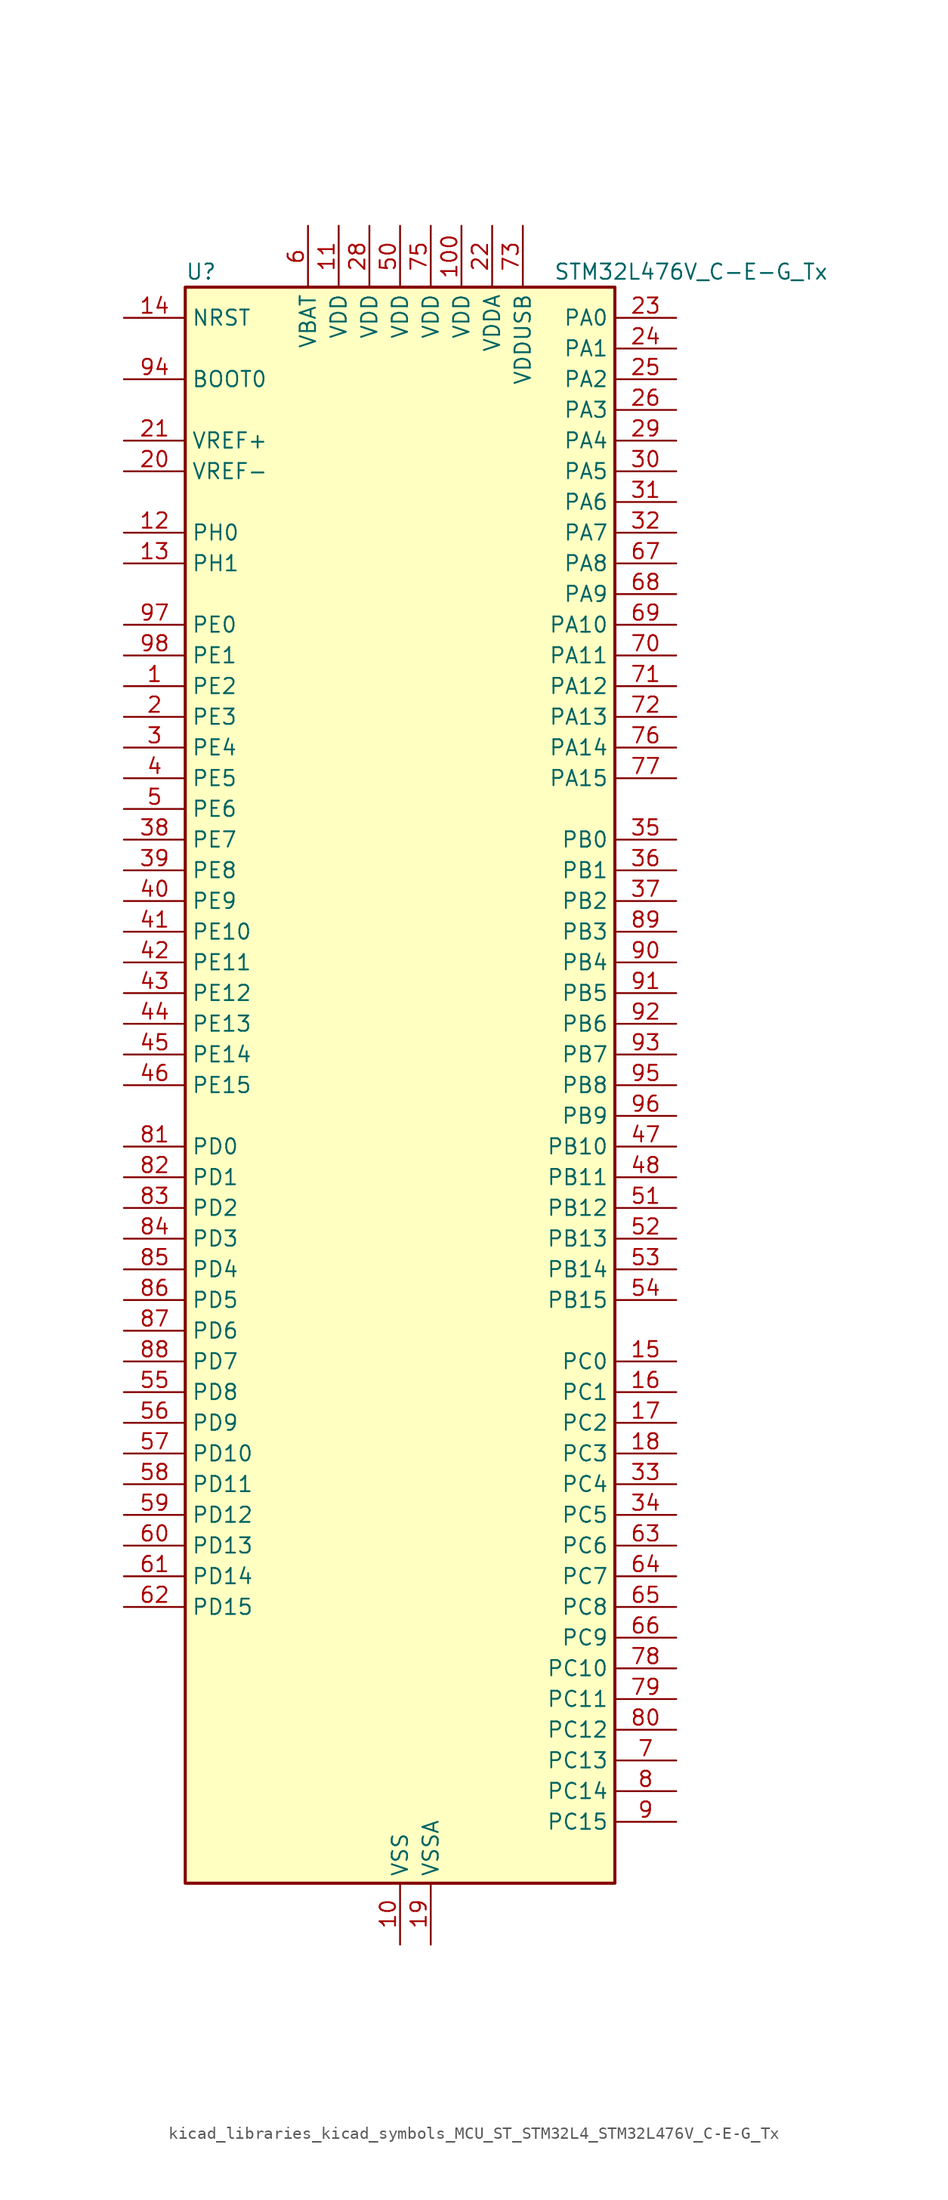
<source format=kicad_sym>
(kicad_symbol_lib
  (version 20220914)
  (generator kicad_symbol_editor)
  (symbol "kicad_libraries_kicad_symbols_MCU_ST_STM32L4_STM32L476V_C-E-G_Tx"
    (property "Reference" "U"
      (at -17.78 67.31 0)
      (effects (font (size 1.27 1.27)) (justify left)))
    (property "Value" "STM32L476V_C-E-G_Tx"
      (at 12.7 67.31 0)
      (effects (font (size 1.27 1.27)) (justify left)))
    (property "ki_locked" ""
      (at 0 0 0)
      (effects (font (size 1.27 1.27))))
    (symbol "kicad_libraries_kicad_symbols_MCU_ST_STM32L4_STM32L476V_C-E-G_Tx_0_1"
      (rectangle (start -17.78 -66.04) (end 17.78 66.04) (stroke (width 0.254) (type default)) (fill (type background))))
    (symbol "kicad_libraries_kicad_symbols_MCU_ST_STM32L4_STM32L476V_C-E-G_Tx_1_1"
      (pin bidirectional line (at -22.86 33.02 0) (length 5.08) (name "PE2" (effects (font (size 1.27 1.27)))) (number "1" (effects (font (size 1.27 1.27)))) (alternate "FMC_A23" bidirectional line) (alternate "LCD_SEG38" bidirectional line) (alternate "SAI1_MCLK_A" bidirectional line) (alternate "SYS_TRACECLK" bidirectional line) (alternate "TIM3_ETR" bidirectional line) (alternate "TSC_G7_IO1" bidirectional line))
      (pin power_in line (at 0 -71.12 90) (length 5.08) (name "VSS" (effects (font (size 1.27 1.27)))) (number "10" (effects (font (size 1.27 1.27)))))
      (pin power_in line (at 5.08 71.12 270) (length 5.08) (name "VDD" (effects (font (size 1.27 1.27)))) (number "100" (effects (font (size 1.27 1.27)))))
      (pin power_in line (at -5.08 71.12 270) (length 5.08) (name "VDD" (effects (font (size 1.27 1.27)))) (number "11" (effects (font (size 1.27 1.27)))))
      (pin bidirectional line (at -22.86 45.72 0) (length 5.08) (name "PH0" (effects (font (size 1.27 1.27)))) (number "12" (effects (font (size 1.27 1.27)))) (alternate "RCC_OSC_IN" bidirectional line))
      (pin bidirectional line (at -22.86 43.18 0) (length 5.08) (name "PH1" (effects (font (size 1.27 1.27)))) (number "13" (effects (font (size 1.27 1.27)))) (alternate "RCC_OSC_OUT" bidirectional line))
      (pin input line (at -22.86 63.5 0) (length 5.08) (name "NRST" (effects (font (size 1.27 1.27)))) (number "14" (effects (font (size 1.27 1.27)))))
      (pin bidirectional line (at 22.86 -22.86 180) (length 5.08) (name "PC0" (effects (font (size 1.27 1.27)))) (number "15" (effects (font (size 1.27 1.27)))) (alternate "ADC1_IN1" bidirectional line) (alternate "ADC2_IN1" bidirectional line) (alternate "ADC3_IN1" bidirectional line) (alternate "DFSDM1_DATIN4" bidirectional line) (alternate "I2C3_SCL" bidirectional line) (alternate "LCD_SEG18" bidirectional line) (alternate "LPTIM1_IN1" bidirectional line) (alternate "LPTIM2_IN1" bidirectional line) (alternate "LPUART1_RX" bidirectional line))
      (pin bidirectional line (at 22.86 -25.4 180) (length 5.08) (name "PC1" (effects (font (size 1.27 1.27)))) (number "16" (effects (font (size 1.27 1.27)))) (alternate "ADC1_IN2" bidirectional line) (alternate "ADC2_IN2" bidirectional line) (alternate "ADC3_IN2" bidirectional line) (alternate "DFSDM1_CKIN4" bidirectional line) (alternate "I2C3_SDA" bidirectional line) (alternate "LCD_SEG19" bidirectional line) (alternate "LPTIM1_OUT" bidirectional line) (alternate "LPUART1_TX" bidirectional line))
      (pin bidirectional line (at 22.86 -27.94 180) (length 5.08) (name "PC2" (effects (font (size 1.27 1.27)))) (number "17" (effects (font (size 1.27 1.27)))) (alternate "ADC1_IN3" bidirectional line) (alternate "ADC2_IN3" bidirectional line) (alternate "ADC3_IN3" bidirectional line) (alternate "DFSDM1_CKOUT" bidirectional line) (alternate "LCD_SEG20" bidirectional line) (alternate "LPTIM1_IN2" bidirectional line) (alternate "SPI2_MISO" bidirectional line))
      (pin bidirectional line (at 22.86 -30.48 180) (length 5.08) (name "PC3" (effects (font (size 1.27 1.27)))) (number "18" (effects (font (size 1.27 1.27)))) (alternate "ADC1_IN4" bidirectional line) (alternate "ADC2_IN4" bidirectional line) (alternate "ADC3_IN4" bidirectional line) (alternate "LCD_VLCD" bidirectional line) (alternate "LPTIM1_ETR" bidirectional line) (alternate "LPTIM2_ETR" bidirectional line) (alternate "SAI1_SD_A" bidirectional line) (alternate "SPI2_MOSI" bidirectional line))
      (pin power_in line (at 2.54 -71.12 90) (length 5.08) (name "VSSA" (effects (font (size 1.27 1.27)))) (number "19" (effects (font (size 1.27 1.27)))))
      (pin bidirectional line (at -22.86 30.48 0) (length 5.08) (name "PE3" (effects (font (size 1.27 1.27)))) (number "2" (effects (font (size 1.27 1.27)))) (alternate "FMC_A19" bidirectional line) (alternate "LCD_SEG39" bidirectional line) (alternate "SAI1_SD_B" bidirectional line) (alternate "SYS_TRACED0" bidirectional line) (alternate "TIM3_CH1" bidirectional line) (alternate "TSC_G7_IO2" bidirectional line))
      (pin input line (at -22.86 50.8 0) (length 5.08) (name "VREF-" (effects (font (size 1.27 1.27)))) (number "20" (effects (font (size 1.27 1.27)))))
      (pin input line (at -22.86 53.34 0) (length 5.08) (name "VREF+" (effects (font (size 1.27 1.27)))) (number "21" (effects (font (size 1.27 1.27)))) (alternate "VREFBUF_OUT" bidirectional line))
      (pin power_in line (at 7.62 71.12 270) (length 5.08) (name "VDDA" (effects (font (size 1.27 1.27)))) (number "22" (effects (font (size 1.27 1.27)))))
      (pin bidirectional line (at 22.86 63.5 180) (length 5.08) (name "PA0" (effects (font (size 1.27 1.27)))) (number "23" (effects (font (size 1.27 1.27)))) (alternate "ADC1_IN5" bidirectional line) (alternate "ADC2_IN5" bidirectional line) (alternate "OPAMP1_VINP" bidirectional line) (alternate "RTC_TAMP2" bidirectional line) (alternate "SAI1_EXTCLK" bidirectional line) (alternate "SYS_WKUP1" bidirectional line) (alternate "TIM2_CH1" bidirectional line) (alternate "TIM2_ETR" bidirectional line) (alternate "TIM5_CH1" bidirectional line) (alternate "TIM8_ETR" bidirectional line) (alternate "UART4_TX" bidirectional line) (alternate "USART2_CTS" bidirectional line))
      (pin bidirectional line (at 22.86 60.96 180) (length 5.08) (name "PA1" (effects (font (size 1.27 1.27)))) (number "24" (effects (font (size 1.27 1.27)))) (alternate "ADC1_IN6" bidirectional line) (alternate "ADC2_IN6" bidirectional line) (alternate "LCD_SEG0" bidirectional line) (alternate "OPAMP1_VINM" bidirectional line) (alternate "TIM15_CH1N" bidirectional line) (alternate "TIM2_CH2" bidirectional line) (alternate "TIM5_CH2" bidirectional line) (alternate "UART4_RX" bidirectional line) (alternate "USART2_DE" bidirectional line) (alternate "USART2_RTS" bidirectional line))
      (pin bidirectional line (at 22.86 58.42 180) (length 5.08) (name "PA2" (effects (font (size 1.27 1.27)))) (number "25" (effects (font (size 1.27 1.27)))) (alternate "ADC1_IN7" bidirectional line) (alternate "ADC2_IN7" bidirectional line) (alternate "LCD_SEG1" bidirectional line) (alternate "RCC_LSCO" bidirectional line) (alternate "SAI2_EXTCLK" bidirectional line) (alternate "SYS_WKUP4" bidirectional line) (alternate "TIM15_CH1" bidirectional line) (alternate "TIM2_CH3" bidirectional line) (alternate "TIM5_CH3" bidirectional line) (alternate "USART2_TX" bidirectional line))
      (pin bidirectional line (at 22.86 55.88 180) (length 5.08) (name "PA3" (effects (font (size 1.27 1.27)))) (number "26" (effects (font (size 1.27 1.27)))) (alternate "ADC1_IN8" bidirectional line) (alternate "ADC2_IN8" bidirectional line) (alternate "LCD_SEG2" bidirectional line) (alternate "OPAMP1_VOUT" bidirectional line) (alternate "TIM15_CH2" bidirectional line) (alternate "TIM2_CH4" bidirectional line) (alternate "TIM5_CH4" bidirectional line) (alternate "USART2_RX" bidirectional line))
      (pin passive line (at 0 -71.12 90) (length 5.08) hide (name "VSS" (effects (font (size 1.27 1.27)))) (number "27" (effects (font (size 1.27 1.27)))))
      (pin power_in line (at -2.54 71.12 270) (length 5.08) (name "VDD" (effects (font (size 1.27 1.27)))) (number "28" (effects (font (size 1.27 1.27)))))
      (pin bidirectional line (at 22.86 53.34 180) (length 5.08) (name "PA4" (effects (font (size 1.27 1.27)))) (number "29" (effects (font (size 1.27 1.27)))) (alternate "ADC1_IN9" bidirectional line) (alternate "ADC2_IN9" bidirectional line) (alternate "DAC1_OUT1" bidirectional line) (alternate "LPTIM2_OUT" bidirectional line) (alternate "SAI1_FS_B" bidirectional line) (alternate "SPI1_NSS" bidirectional line) (alternate "SPI3_NSS" bidirectional line) (alternate "USART2_CK" bidirectional line))
      (pin bidirectional line (at -22.86 27.94 0) (length 5.08) (name "PE4" (effects (font (size 1.27 1.27)))) (number "3" (effects (font (size 1.27 1.27)))) (alternate "DFSDM1_DATIN3" bidirectional line) (alternate "FMC_A20" bidirectional line) (alternate "SAI1_FS_A" bidirectional line) (alternate "SYS_TRACED1" bidirectional line) (alternate "TIM3_CH2" bidirectional line) (alternate "TSC_G7_IO3" bidirectional line))
      (pin bidirectional line (at 22.86 50.8 180) (length 5.08) (name "PA5" (effects (font (size 1.27 1.27)))) (number "30" (effects (font (size 1.27 1.27)))) (alternate "ADC1_IN10" bidirectional line) (alternate "ADC2_IN10" bidirectional line) (alternate "DAC1_OUT2" bidirectional line) (alternate "LPTIM2_ETR" bidirectional line) (alternate "SPI1_SCK" bidirectional line) (alternate "TIM2_CH1" bidirectional line) (alternate "TIM2_ETR" bidirectional line) (alternate "TIM8_CH1N" bidirectional line))
      (pin bidirectional line (at 22.86 48.26 180) (length 5.08) (name "PA6" (effects (font (size 1.27 1.27)))) (number "31" (effects (font (size 1.27 1.27)))) (alternate "ADC1_IN11" bidirectional line) (alternate "ADC2_IN11" bidirectional line) (alternate "LCD_SEG3" bidirectional line) (alternate "OPAMP2_VINP" bidirectional line) (alternate "QUADSPI_BK1_IO3" bidirectional line) (alternate "SPI1_MISO" bidirectional line) (alternate "TIM16_CH1" bidirectional line) (alternate "TIM1_BKIN" bidirectional line) (alternate "TIM1_BKIN_COMP2" bidirectional line) (alternate "TIM3_CH1" bidirectional line) (alternate "TIM8_BKIN" bidirectional line) (alternate "TIM8_BKIN_COMP2" bidirectional line) (alternate "USART3_CTS" bidirectional line))
      (pin bidirectional line (at 22.86 45.72 180) (length 5.08) (name "PA7" (effects (font (size 1.27 1.27)))) (number "32" (effects (font (size 1.27 1.27)))) (alternate "ADC1_IN12" bidirectional line) (alternate "ADC2_IN12" bidirectional line) (alternate "LCD_SEG4" bidirectional line) (alternate "OPAMP2_VINM" bidirectional line) (alternate "QUADSPI_BK1_IO2" bidirectional line) (alternate "SPI1_MOSI" bidirectional line) (alternate "TIM17_CH1" bidirectional line) (alternate "TIM1_CH1N" bidirectional line) (alternate "TIM3_CH2" bidirectional line) (alternate "TIM8_CH1N" bidirectional line))
      (pin bidirectional line (at 22.86 -33.02 180) (length 5.08) (name "PC4" (effects (font (size 1.27 1.27)))) (number "33" (effects (font (size 1.27 1.27)))) (alternate "ADC1_IN13" bidirectional line) (alternate "ADC2_IN13" bidirectional line) (alternate "COMP1_INM" bidirectional line) (alternate "LCD_SEG22" bidirectional line) (alternate "USART3_TX" bidirectional line))
      (pin bidirectional line (at 22.86 -35.56 180) (length 5.08) (name "PC5" (effects (font (size 1.27 1.27)))) (number "34" (effects (font (size 1.27 1.27)))) (alternate "ADC1_IN14" bidirectional line) (alternate "ADC2_IN14" bidirectional line) (alternate "COMP1_INP" bidirectional line) (alternate "LCD_SEG23" bidirectional line) (alternate "SYS_WKUP5" bidirectional line) (alternate "USART3_RX" bidirectional line))
      (pin bidirectional line (at 22.86 20.32 180) (length 5.08) (name "PB0" (effects (font (size 1.27 1.27)))) (number "35" (effects (font (size 1.27 1.27)))) (alternate "ADC1_IN15" bidirectional line) (alternate "ADC2_IN15" bidirectional line) (alternate "COMP1_OUT" bidirectional line) (alternate "LCD_SEG5" bidirectional line) (alternate "OPAMP2_VOUT" bidirectional line) (alternate "QUADSPI_BK1_IO1" bidirectional line) (alternate "TIM1_CH2N" bidirectional line) (alternate "TIM3_CH3" bidirectional line) (alternate "TIM8_CH2N" bidirectional line) (alternate "USART3_CK" bidirectional line))
      (pin bidirectional line (at 22.86 17.78 180) (length 5.08) (name "PB1" (effects (font (size 1.27 1.27)))) (number "36" (effects (font (size 1.27 1.27)))) (alternate "ADC1_IN16" bidirectional line) (alternate "ADC2_IN16" bidirectional line) (alternate "COMP1_INM" bidirectional line) (alternate "DFSDM1_DATIN0" bidirectional line) (alternate "LCD_SEG6" bidirectional line) (alternate "LPTIM2_IN1" bidirectional line) (alternate "QUADSPI_BK1_IO0" bidirectional line) (alternate "TIM1_CH3N" bidirectional line) (alternate "TIM3_CH4" bidirectional line) (alternate "TIM8_CH3N" bidirectional line) (alternate "USART3_DE" bidirectional line) (alternate "USART3_RTS" bidirectional line))
      (pin bidirectional line (at 22.86 15.24 180) (length 5.08) (name "PB2" (effects (font (size 1.27 1.27)))) (number "37" (effects (font (size 1.27 1.27)))) (alternate "COMP1_INP" bidirectional line) (alternate "DFSDM1_CKIN0" bidirectional line) (alternate "I2C3_SMBA" bidirectional line) (alternate "LPTIM1_OUT" bidirectional line) (alternate "RTC_OUT_ALARM" bidirectional line) (alternate "RTC_OUT_CALIB" bidirectional line))
      (pin bidirectional line (at -22.86 20.32 0) (length 5.08) (name "PE7" (effects (font (size 1.27 1.27)))) (number "38" (effects (font (size 1.27 1.27)))) (alternate "DFSDM1_DATIN2" bidirectional line) (alternate "FMC_D4" bidirectional line) (alternate "FMC_DA4" bidirectional line) (alternate "SAI1_SD_B" bidirectional line) (alternate "TIM1_ETR" bidirectional line))
      (pin bidirectional line (at -22.86 17.78 0) (length 5.08) (name "PE8" (effects (font (size 1.27 1.27)))) (number "39" (effects (font (size 1.27 1.27)))) (alternate "DFSDM1_CKIN2" bidirectional line) (alternate "FMC_D5" bidirectional line) (alternate "FMC_DA5" bidirectional line) (alternate "SAI1_SCK_B" bidirectional line) (alternate "TIM1_CH1N" bidirectional line))
      (pin bidirectional line (at -22.86 25.4 0) (length 5.08) (name "PE5" (effects (font (size 1.27 1.27)))) (number "4" (effects (font (size 1.27 1.27)))) (alternate "DFSDM1_CKIN3" bidirectional line) (alternate "FMC_A21" bidirectional line) (alternate "SAI1_SCK_A" bidirectional line) (alternate "SYS_TRACED2" bidirectional line) (alternate "TIM3_CH3" bidirectional line) (alternate "TSC_G7_IO4" bidirectional line))
      (pin bidirectional line (at -22.86 15.24 0) (length 5.08) (name "PE9" (effects (font (size 1.27 1.27)))) (number "40" (effects (font (size 1.27 1.27)))) (alternate "DAC1_EXTI9" bidirectional line) (alternate "DFSDM1_CKOUT" bidirectional line) (alternate "FMC_D6" bidirectional line) (alternate "FMC_DA6" bidirectional line) (alternate "SAI1_FS_B" bidirectional line) (alternate "TIM1_CH1" bidirectional line))
      (pin bidirectional line (at -22.86 12.7 0) (length 5.08) (name "PE10" (effects (font (size 1.27 1.27)))) (number "41" (effects (font (size 1.27 1.27)))) (alternate "DFSDM1_DATIN4" bidirectional line) (alternate "FMC_D7" bidirectional line) (alternate "FMC_DA7" bidirectional line) (alternate "QUADSPI_CLK" bidirectional line) (alternate "SAI1_MCLK_B" bidirectional line) (alternate "TIM1_CH2N" bidirectional line) (alternate "TSC_G5_IO1" bidirectional line))
      (pin bidirectional line (at -22.86 10.16 0) (length 5.08) (name "PE11" (effects (font (size 1.27 1.27)))) (number "42" (effects (font (size 1.27 1.27)))) (alternate "ADC1_EXTI11" bidirectional line) (alternate "ADC2_EXTI11" bidirectional line) (alternate "ADC3_EXTI11" bidirectional line) (alternate "DFSDM1_CKIN4" bidirectional line) (alternate "FMC_D8" bidirectional line) (alternate "FMC_DA8" bidirectional line) (alternate "QUADSPI_NCS" bidirectional line) (alternate "TIM1_CH2" bidirectional line) (alternate "TSC_G5_IO2" bidirectional line))
      (pin bidirectional line (at -22.86 7.62 0) (length 5.08) (name "PE12" (effects (font (size 1.27 1.27)))) (number "43" (effects (font (size 1.27 1.27)))) (alternate "DFSDM1_DATIN5" bidirectional line) (alternate "FMC_D9" bidirectional line) (alternate "FMC_DA9" bidirectional line) (alternate "QUADSPI_BK1_IO0" bidirectional line) (alternate "SPI1_NSS" bidirectional line) (alternate "TIM1_CH3N" bidirectional line) (alternate "TSC_G5_IO3" bidirectional line))
      (pin bidirectional line (at -22.86 5.08 0) (length 5.08) (name "PE13" (effects (font (size 1.27 1.27)))) (number "44" (effects (font (size 1.27 1.27)))) (alternate "DFSDM1_CKIN5" bidirectional line) (alternate "FMC_D10" bidirectional line) (alternate "FMC_DA10" bidirectional line) (alternate "QUADSPI_BK1_IO1" bidirectional line) (alternate "SPI1_SCK" bidirectional line) (alternate "TIM1_CH3" bidirectional line) (alternate "TSC_G5_IO4" bidirectional line))
      (pin bidirectional line (at -22.86 2.54 0) (length 5.08) (name "PE14" (effects (font (size 1.27 1.27)))) (number "45" (effects (font (size 1.27 1.27)))) (alternate "FMC_D11" bidirectional line) (alternate "FMC_DA11" bidirectional line) (alternate "QUADSPI_BK1_IO2" bidirectional line) (alternate "SPI1_MISO" bidirectional line) (alternate "TIM1_BKIN2" bidirectional line) (alternate "TIM1_BKIN2_COMP2" bidirectional line) (alternate "TIM1_CH4" bidirectional line))
      (pin bidirectional line (at -22.86 0 0) (length 5.08) (name "PE15" (effects (font (size 1.27 1.27)))) (number "46" (effects (font (size 1.27 1.27)))) (alternate "ADC1_EXTI15" bidirectional line) (alternate "ADC2_EXTI15" bidirectional line) (alternate "ADC3_EXTI15" bidirectional line) (alternate "FMC_D12" bidirectional line) (alternate "FMC_DA12" bidirectional line) (alternate "QUADSPI_BK1_IO3" bidirectional line) (alternate "SPI1_MOSI" bidirectional line) (alternate "TIM1_BKIN" bidirectional line) (alternate "TIM1_BKIN_COMP1" bidirectional line))
      (pin bidirectional line (at 22.86 -5.08 180) (length 5.08) (name "PB10" (effects (font (size 1.27 1.27)))) (number "47" (effects (font (size 1.27 1.27)))) (alternate "COMP1_OUT" bidirectional line) (alternate "DFSDM1_DATIN7" bidirectional line) (alternate "I2C2_SCL" bidirectional line) (alternate "LCD_SEG10" bidirectional line) (alternate "LPUART1_RX" bidirectional line) (alternate "QUADSPI_CLK" bidirectional line) (alternate "SAI1_SCK_A" bidirectional line) (alternate "SPI2_SCK" bidirectional line) (alternate "TIM2_CH3" bidirectional line) (alternate "USART3_TX" bidirectional line))
      (pin bidirectional line (at 22.86 -7.62 180) (length 5.08) (name "PB11" (effects (font (size 1.27 1.27)))) (number "48" (effects (font (size 1.27 1.27)))) (alternate "ADC1_EXTI11" bidirectional line) (alternate "ADC2_EXTI11" bidirectional line) (alternate "ADC3_EXTI11" bidirectional line) (alternate "COMP2_OUT" bidirectional line) (alternate "DFSDM1_CKIN7" bidirectional line) (alternate "I2C2_SDA" bidirectional line) (alternate "LCD_SEG11" bidirectional line) (alternate "LPUART1_TX" bidirectional line) (alternate "QUADSPI_NCS" bidirectional line) (alternate "TIM2_CH4" bidirectional line) (alternate "USART3_RX" bidirectional line))
      (pin passive line (at 0 -71.12 90) (length 5.08) hide (name "VSS" (effects (font (size 1.27 1.27)))) (number "49" (effects (font (size 1.27 1.27)))))
      (pin bidirectional line (at -22.86 22.86 0) (length 5.08) (name "PE6" (effects (font (size 1.27 1.27)))) (number "5" (effects (font (size 1.27 1.27)))) (alternate "FMC_A22" bidirectional line) (alternate "RTC_TAMP3" bidirectional line) (alternate "SAI1_SD_A" bidirectional line) (alternate "SYS_TRACED3" bidirectional line) (alternate "SYS_WKUP3" bidirectional line) (alternate "TIM3_CH4" bidirectional line))
      (pin power_in line (at 0 71.12 270) (length 5.08) (name "VDD" (effects (font (size 1.27 1.27)))) (number "50" (effects (font (size 1.27 1.27)))))
      (pin bidirectional line (at 22.86 -10.16 180) (length 5.08) (name "PB12" (effects (font (size 1.27 1.27)))) (number "51" (effects (font (size 1.27 1.27)))) (alternate "DFSDM1_DATIN1" bidirectional line) (alternate "I2C2_SMBA" bidirectional line) (alternate "LCD_SEG12" bidirectional line) (alternate "LPUART1_DE" bidirectional line) (alternate "LPUART1_RTS" bidirectional line) (alternate "SAI2_FS_A" bidirectional line) (alternate "SPI2_NSS" bidirectional line) (alternate "SWPMI1_IO" bidirectional line) (alternate "TIM15_BKIN" bidirectional line) (alternate "TIM1_BKIN" bidirectional line) (alternate "TIM1_BKIN_COMP2" bidirectional line) (alternate "TSC_G1_IO1" bidirectional line) (alternate "USART3_CK" bidirectional line))
      (pin bidirectional line (at 22.86 -12.7 180) (length 5.08) (name "PB13" (effects (font (size 1.27 1.27)))) (number "52" (effects (font (size 1.27 1.27)))) (alternate "DFSDM1_CKIN1" bidirectional line) (alternate "I2C2_SCL" bidirectional line) (alternate "LCD_SEG13" bidirectional line) (alternate "LPUART1_CTS" bidirectional line) (alternate "SAI2_SCK_A" bidirectional line) (alternate "SPI2_SCK" bidirectional line) (alternate "SWPMI1_TX" bidirectional line) (alternate "TIM15_CH1N" bidirectional line) (alternate "TIM1_CH1N" bidirectional line) (alternate "TSC_G1_IO2" bidirectional line) (alternate "USART3_CTS" bidirectional line))
      (pin bidirectional line (at 22.86 -15.24 180) (length 5.08) (name "PB14" (effects (font (size 1.27 1.27)))) (number "53" (effects (font (size 1.27 1.27)))) (alternate "DFSDM1_DATIN2" bidirectional line) (alternate "I2C2_SDA" bidirectional line) (alternate "LCD_SEG14" bidirectional line) (alternate "SAI2_MCLK_A" bidirectional line) (alternate "SPI2_MISO" bidirectional line) (alternate "SWPMI1_RX" bidirectional line) (alternate "TIM15_CH1" bidirectional line) (alternate "TIM1_CH2N" bidirectional line) (alternate "TIM8_CH2N" bidirectional line) (alternate "TSC_G1_IO3" bidirectional line) (alternate "USART3_DE" bidirectional line) (alternate "USART3_RTS" bidirectional line))
      (pin bidirectional line (at 22.86 -17.78 180) (length 5.08) (name "PB15" (effects (font (size 1.27 1.27)))) (number "54" (effects (font (size 1.27 1.27)))) (alternate "ADC1_EXTI15" bidirectional line) (alternate "ADC2_EXTI15" bidirectional line) (alternate "ADC3_EXTI15" bidirectional line) (alternate "DFSDM1_CKIN2" bidirectional line) (alternate "LCD_SEG15" bidirectional line) (alternate "RTC_REFIN" bidirectional line) (alternate "SAI2_SD_A" bidirectional line) (alternate "SPI2_MOSI" bidirectional line) (alternate "SWPMI1_SUSPEND" bidirectional line) (alternate "TIM15_CH2" bidirectional line) (alternate "TIM1_CH3N" bidirectional line) (alternate "TIM8_CH3N" bidirectional line) (alternate "TSC_G1_IO4" bidirectional line))
      (pin bidirectional line (at -22.86 -25.4 0) (length 5.08) (name "PD8" (effects (font (size 1.27 1.27)))) (number "55" (effects (font (size 1.27 1.27)))) (alternate "FMC_D13" bidirectional line) (alternate "FMC_DA13" bidirectional line) (alternate "LCD_SEG28" bidirectional line) (alternate "USART3_TX" bidirectional line))
      (pin bidirectional line (at -22.86 -27.94 0) (length 5.08) (name "PD9" (effects (font (size 1.27 1.27)))) (number "56" (effects (font (size 1.27 1.27)))) (alternate "DAC1_EXTI9" bidirectional line) (alternate "FMC_D14" bidirectional line) (alternate "FMC_DA14" bidirectional line) (alternate "LCD_SEG29" bidirectional line) (alternate "SAI2_MCLK_A" bidirectional line) (alternate "USART3_RX" bidirectional line))
      (pin bidirectional line (at -22.86 -30.48 0) (length 5.08) (name "PD10" (effects (font (size 1.27 1.27)))) (number "57" (effects (font (size 1.27 1.27)))) (alternate "FMC_D15" bidirectional line) (alternate "FMC_DA15" bidirectional line) (alternate "LCD_SEG30" bidirectional line) (alternate "SAI2_SCK_A" bidirectional line) (alternate "TSC_G6_IO1" bidirectional line) (alternate "USART3_CK" bidirectional line))
      (pin bidirectional line (at -22.86 -33.02 0) (length 5.08) (name "PD11" (effects (font (size 1.27 1.27)))) (number "58" (effects (font (size 1.27 1.27)))) (alternate "ADC1_EXTI11" bidirectional line) (alternate "ADC2_EXTI11" bidirectional line) (alternate "ADC3_EXTI11" bidirectional line) (alternate "FMC_A16" bidirectional line) (alternate "FMC_CLE" bidirectional line) (alternate "LCD_SEG31" bidirectional line) (alternate "LPTIM2_ETR" bidirectional line) (alternate "SAI2_SD_A" bidirectional line) (alternate "TSC_G6_IO2" bidirectional line) (alternate "USART3_CTS" bidirectional line))
      (pin bidirectional line (at -22.86 -35.56 0) (length 5.08) (name "PD12" (effects (font (size 1.27 1.27)))) (number "59" (effects (font (size 1.27 1.27)))) (alternate "FMC_A17" bidirectional line) (alternate "FMC_ALE" bidirectional line) (alternate "LCD_SEG32" bidirectional line) (alternate "LPTIM2_IN1" bidirectional line) (alternate "SAI2_FS_A" bidirectional line) (alternate "TIM4_CH1" bidirectional line) (alternate "TSC_G6_IO3" bidirectional line) (alternate "USART3_DE" bidirectional line) (alternate "USART3_RTS" bidirectional line))
      (pin power_in line (at -7.62 71.12 270) (length 5.08) (name "VBAT" (effects (font (size 1.27 1.27)))) (number "6" (effects (font (size 1.27 1.27)))))
      (pin bidirectional line (at -22.86 -38.1 0) (length 5.08) (name "PD13" (effects (font (size 1.27 1.27)))) (number "60" (effects (font (size 1.27 1.27)))) (alternate "FMC_A18" bidirectional line) (alternate "LCD_SEG33" bidirectional line) (alternate "LPTIM2_OUT" bidirectional line) (alternate "TIM4_CH2" bidirectional line) (alternate "TSC_G6_IO4" bidirectional line))
      (pin bidirectional line (at -22.86 -40.64 0) (length 5.08) (name "PD14" (effects (font (size 1.27 1.27)))) (number "61" (effects (font (size 1.27 1.27)))) (alternate "FMC_D0" bidirectional line) (alternate "FMC_DA0" bidirectional line) (alternate "LCD_SEG34" bidirectional line) (alternate "TIM4_CH3" bidirectional line))
      (pin bidirectional line (at -22.86 -43.18 0) (length 5.08) (name "PD15" (effects (font (size 1.27 1.27)))) (number "62" (effects (font (size 1.27 1.27)))) (alternate "ADC1_EXTI15" bidirectional line) (alternate "ADC2_EXTI15" bidirectional line) (alternate "ADC3_EXTI15" bidirectional line) (alternate "FMC_D1" bidirectional line) (alternate "FMC_DA1" bidirectional line) (alternate "LCD_SEG35" bidirectional line) (alternate "TIM4_CH4" bidirectional line))
      (pin bidirectional line (at 22.86 -38.1 180) (length 5.08) (name "PC6" (effects (font (size 1.27 1.27)))) (number "63" (effects (font (size 1.27 1.27)))) (alternate "DFSDM1_CKIN3" bidirectional line) (alternate "LCD_SEG24" bidirectional line) (alternate "SAI2_MCLK_A" bidirectional line) (alternate "SDMMC1_D6" bidirectional line) (alternate "TIM3_CH1" bidirectional line) (alternate "TIM8_CH1" bidirectional line) (alternate "TSC_G4_IO1" bidirectional line))
      (pin bidirectional line (at 22.86 -40.64 180) (length 5.08) (name "PC7" (effects (font (size 1.27 1.27)))) (number "64" (effects (font (size 1.27 1.27)))) (alternate "DFSDM1_DATIN3" bidirectional line) (alternate "LCD_SEG25" bidirectional line) (alternate "SAI2_MCLK_B" bidirectional line) (alternate "SDMMC1_D7" bidirectional line) (alternate "TIM3_CH2" bidirectional line) (alternate "TIM8_CH2" bidirectional line) (alternate "TSC_G4_IO2" bidirectional line))
      (pin bidirectional line (at 22.86 -43.18 180) (length 5.08) (name "PC8" (effects (font (size 1.27 1.27)))) (number "65" (effects (font (size 1.27 1.27)))) (alternate "LCD_SEG26" bidirectional line) (alternate "SDMMC1_D0" bidirectional line) (alternate "TIM3_CH3" bidirectional line) (alternate "TIM8_CH3" bidirectional line) (alternate "TSC_G4_IO3" bidirectional line))
      (pin bidirectional line (at 22.86 -45.72 180) (length 5.08) (name "PC9" (effects (font (size 1.27 1.27)))) (number "66" (effects (font (size 1.27 1.27)))) (alternate "DAC1_EXTI9" bidirectional line) (alternate "LCD_SEG27" bidirectional line) (alternate "SAI2_EXTCLK" bidirectional line) (alternate "SDMMC1_D1" bidirectional line) (alternate "TIM3_CH4" bidirectional line) (alternate "TIM8_BKIN2" bidirectional line) (alternate "TIM8_BKIN2_COMP1" bidirectional line) (alternate "TIM8_CH4" bidirectional line) (alternate "TSC_G4_IO4" bidirectional line) (alternate "USB_OTG_FS_NOE" bidirectional line))
      (pin bidirectional line (at 22.86 43.18 180) (length 5.08) (name "PA8" (effects (font (size 1.27 1.27)))) (number "67" (effects (font (size 1.27 1.27)))) (alternate "LCD_COM0" bidirectional line) (alternate "LPTIM2_OUT" bidirectional line) (alternate "RCC_MCO" bidirectional line) (alternate "TIM1_CH1" bidirectional line) (alternate "USART1_CK" bidirectional line) (alternate "USB_OTG_FS_SOF" bidirectional line))
      (pin bidirectional line (at 22.86 40.64 180) (length 5.08) (name "PA9" (effects (font (size 1.27 1.27)))) (number "68" (effects (font (size 1.27 1.27)))) (alternate "DAC1_EXTI9" bidirectional line) (alternate "LCD_COM1" bidirectional line) (alternate "TIM15_BKIN" bidirectional line) (alternate "TIM1_CH2" bidirectional line) (alternate "USART1_TX" bidirectional line) (alternate "USB_OTG_FS_VBUS" bidirectional line))
      (pin bidirectional line (at 22.86 38.1 180) (length 5.08) (name "PA10" (effects (font (size 1.27 1.27)))) (number "69" (effects (font (size 1.27 1.27)))) (alternate "LCD_COM2" bidirectional line) (alternate "TIM17_BKIN" bidirectional line) (alternate "TIM1_CH3" bidirectional line) (alternate "USART1_RX" bidirectional line) (alternate "USB_OTG_FS_ID" bidirectional line))
      (pin bidirectional line (at 22.86 -55.88 180) (length 5.08) (name "PC13" (effects (font (size 1.27 1.27)))) (number "7" (effects (font (size 1.27 1.27)))) (alternate "RTC_OUT_ALARM" bidirectional line) (alternate "RTC_OUT_CALIB" bidirectional line) (alternate "RTC_TAMP1" bidirectional line) (alternate "RTC_TS" bidirectional line) (alternate "SYS_WKUP2" bidirectional line))
      (pin bidirectional line (at 22.86 35.56 180) (length 5.08) (name "PA11" (effects (font (size 1.27 1.27)))) (number "70" (effects (font (size 1.27 1.27)))) (alternate "ADC1_EXTI11" bidirectional line) (alternate "ADC2_EXTI11" bidirectional line) (alternate "ADC3_EXTI11" bidirectional line) (alternate "CAN1_RX" bidirectional line) (alternate "TIM1_BKIN2" bidirectional line) (alternate "TIM1_BKIN2_COMP1" bidirectional line) (alternate "TIM1_CH4" bidirectional line) (alternate "USART1_CTS" bidirectional line) (alternate "USB_OTG_FS_DM" bidirectional line))
      (pin bidirectional line (at 22.86 33.02 180) (length 5.08) (name "PA12" (effects (font (size 1.27 1.27)))) (number "71" (effects (font (size 1.27 1.27)))) (alternate "CAN1_TX" bidirectional line) (alternate "TIM1_ETR" bidirectional line) (alternate "USART1_DE" bidirectional line) (alternate "USART1_RTS" bidirectional line) (alternate "USB_OTG_FS_DP" bidirectional line))
      (pin bidirectional line (at 22.86 30.48 180) (length 5.08) (name "PA13" (effects (font (size 1.27 1.27)))) (number "72" (effects (font (size 1.27 1.27)))) (alternate "IR_OUT" bidirectional line) (alternate "SYS_JTMS-SWDIO" bidirectional line) (alternate "USB_OTG_FS_NOE" bidirectional line))
      (pin power_in line (at 10.16 71.12 270) (length 5.08) (name "VDDUSB" (effects (font (size 1.27 1.27)))) (number "73" (effects (font (size 1.27 1.27)))))
      (pin passive line (at 0 -71.12 90) (length 5.08) hide (name "VSS" (effects (font (size 1.27 1.27)))) (number "74" (effects (font (size 1.27 1.27)))))
      (pin power_in line (at 2.54 71.12 270) (length 5.08) (name "VDD" (effects (font (size 1.27 1.27)))) (number "75" (effects (font (size 1.27 1.27)))))
      (pin bidirectional line (at 22.86 27.94 180) (length 5.08) (name "PA14" (effects (font (size 1.27 1.27)))) (number "76" (effects (font (size 1.27 1.27)))) (alternate "SYS_JTCK-SWCLK" bidirectional line))
      (pin bidirectional line (at 22.86 25.4 180) (length 5.08) (name "PA15" (effects (font (size 1.27 1.27)))) (number "77" (effects (font (size 1.27 1.27)))) (alternate "ADC1_EXTI15" bidirectional line) (alternate "ADC2_EXTI15" bidirectional line) (alternate "ADC3_EXTI15" bidirectional line) (alternate "LCD_SEG17" bidirectional line) (alternate "SAI2_FS_B" bidirectional line) (alternate "SPI1_NSS" bidirectional line) (alternate "SPI3_NSS" bidirectional line) (alternate "SYS_JTDI" bidirectional line) (alternate "TIM2_CH1" bidirectional line) (alternate "TIM2_ETR" bidirectional line) (alternate "TSC_G3_IO1" bidirectional line) (alternate "UART4_DE" bidirectional line) (alternate "UART4_RTS" bidirectional line))
      (pin bidirectional line (at 22.86 -48.26 180) (length 5.08) (name "PC10" (effects (font (size 1.27 1.27)))) (number "78" (effects (font (size 1.27 1.27)))) (alternate "LCD_COM4" bidirectional line) (alternate "LCD_SEG28" bidirectional line) (alternate "LCD_SEG40" bidirectional line) (alternate "SAI2_SCK_B" bidirectional line) (alternate "SDMMC1_D2" bidirectional line) (alternate "SPI3_SCK" bidirectional line) (alternate "TSC_G3_IO2" bidirectional line) (alternate "UART4_TX" bidirectional line) (alternate "USART3_TX" bidirectional line))
      (pin bidirectional line (at 22.86 -50.8 180) (length 5.08) (name "PC11" (effects (font (size 1.27 1.27)))) (number "79" (effects (font (size 1.27 1.27)))) (alternate "ADC1_EXTI11" bidirectional line) (alternate "ADC2_EXTI11" bidirectional line) (alternate "ADC3_EXTI11" bidirectional line) (alternate "LCD_COM5" bidirectional line) (alternate "LCD_SEG29" bidirectional line) (alternate "LCD_SEG41" bidirectional line) (alternate "SAI2_MCLK_B" bidirectional line) (alternate "SDMMC1_D3" bidirectional line) (alternate "SPI3_MISO" bidirectional line) (alternate "TSC_G3_IO3" bidirectional line) (alternate "UART4_RX" bidirectional line) (alternate "USART3_RX" bidirectional line))
      (pin bidirectional line (at 22.86 -58.42 180) (length 5.08) (name "PC14" (effects (font (size 1.27 1.27)))) (number "8" (effects (font (size 1.27 1.27)))) (alternate "RCC_OSC32_IN" bidirectional line))
      (pin bidirectional line (at 22.86 -53.34 180) (length 5.08) (name "PC12" (effects (font (size 1.27 1.27)))) (number "80" (effects (font (size 1.27 1.27)))) (alternate "LCD_COM6" bidirectional line) (alternate "LCD_SEG30" bidirectional line) (alternate "LCD_SEG42" bidirectional line) (alternate "SAI2_SD_B" bidirectional line) (alternate "SDMMC1_CK" bidirectional line) (alternate "SPI3_MOSI" bidirectional line) (alternate "TSC_G3_IO4" bidirectional line) (alternate "UART5_TX" bidirectional line) (alternate "USART3_CK" bidirectional line))
      (pin bidirectional line (at -22.86 -5.08 0) (length 5.08) (name "PD0" (effects (font (size 1.27 1.27)))) (number "81" (effects (font (size 1.27 1.27)))) (alternate "CAN1_RX" bidirectional line) (alternate "DFSDM1_DATIN7" bidirectional line) (alternate "FMC_D2" bidirectional line) (alternate "FMC_DA2" bidirectional line) (alternate "SPI2_NSS" bidirectional line))
      (pin bidirectional line (at -22.86 -7.62 0) (length 5.08) (name "PD1" (effects (font (size 1.27 1.27)))) (number "82" (effects (font (size 1.27 1.27)))) (alternate "CAN1_TX" bidirectional line) (alternate "DFSDM1_CKIN7" bidirectional line) (alternate "FMC_D3" bidirectional line) (alternate "FMC_DA3" bidirectional line) (alternate "SPI2_SCK" bidirectional line))
      (pin bidirectional line (at -22.86 -10.16 0) (length 5.08) (name "PD2" (effects (font (size 1.27 1.27)))) (number "83" (effects (font (size 1.27 1.27)))) (alternate "LCD_COM7" bidirectional line) (alternate "LCD_SEG31" bidirectional line) (alternate "LCD_SEG43" bidirectional line) (alternate "SDMMC1_CMD" bidirectional line) (alternate "TIM3_ETR" bidirectional line) (alternate "TSC_SYNC" bidirectional line) (alternate "UART5_RX" bidirectional line) (alternate "USART3_DE" bidirectional line) (alternate "USART3_RTS" bidirectional line))
      (pin bidirectional line (at -22.86 -12.7 0) (length 5.08) (name "PD3" (effects (font (size 1.27 1.27)))) (number "84" (effects (font (size 1.27 1.27)))) (alternate "DFSDM1_DATIN0" bidirectional line) (alternate "FMC_CLK" bidirectional line) (alternate "SPI2_MISO" bidirectional line) (alternate "USART2_CTS" bidirectional line))
      (pin bidirectional line (at -22.86 -15.24 0) (length 5.08) (name "PD4" (effects (font (size 1.27 1.27)))) (number "85" (effects (font (size 1.27 1.27)))) (alternate "DFSDM1_CKIN0" bidirectional line) (alternate "FMC_NOE" bidirectional line) (alternate "SPI2_MOSI" bidirectional line) (alternate "USART2_DE" bidirectional line) (alternate "USART2_RTS" bidirectional line))
      (pin bidirectional line (at -22.86 -17.78 0) (length 5.08) (name "PD5" (effects (font (size 1.27 1.27)))) (number "86" (effects (font (size 1.27 1.27)))) (alternate "FMC_NWE" bidirectional line) (alternate "USART2_TX" bidirectional line))
      (pin bidirectional line (at -22.86 -20.32 0) (length 5.08) (name "PD6" (effects (font (size 1.27 1.27)))) (number "87" (effects (font (size 1.27 1.27)))) (alternate "DFSDM1_DATIN1" bidirectional line) (alternate "FMC_NWAIT" bidirectional line) (alternate "SAI1_SD_A" bidirectional line) (alternate "USART2_RX" bidirectional line))
      (pin bidirectional line (at -22.86 -22.86 0) (length 5.08) (name "PD7" (effects (font (size 1.27 1.27)))) (number "88" (effects (font (size 1.27 1.27)))) (alternate "DFSDM1_CKIN1" bidirectional line) (alternate "FMC_NE1" bidirectional line) (alternate "USART2_CK" bidirectional line))
      (pin bidirectional line (at 22.86 12.7 180) (length 5.08) (name "PB3" (effects (font (size 1.27 1.27)))) (number "89" (effects (font (size 1.27 1.27)))) (alternate "COMP2_INM" bidirectional line) (alternate "LCD_SEG7" bidirectional line) (alternate "SAI1_SCK_B" bidirectional line) (alternate "SPI1_SCK" bidirectional line) (alternate "SPI3_SCK" bidirectional line) (alternate "SYS_JTDO-SWO" bidirectional line) (alternate "TIM2_CH2" bidirectional line) (alternate "USART1_DE" bidirectional line) (alternate "USART1_RTS" bidirectional line))
      (pin bidirectional line (at 22.86 -60.96 180) (length 5.08) (name "PC15" (effects (font (size 1.27 1.27)))) (number "9" (effects (font (size 1.27 1.27)))) (alternate "ADC1_EXTI15" bidirectional line) (alternate "ADC2_EXTI15" bidirectional line) (alternate "ADC3_EXTI15" bidirectional line) (alternate "RCC_OSC32_OUT" bidirectional line))
      (pin bidirectional line (at 22.86 10.16 180) (length 5.08) (name "PB4" (effects (font (size 1.27 1.27)))) (number "90" (effects (font (size 1.27 1.27)))) (alternate "COMP2_INP" bidirectional line) (alternate "LCD_SEG8" bidirectional line) (alternate "SAI1_MCLK_B" bidirectional line) (alternate "SPI1_MISO" bidirectional line) (alternate "SPI3_MISO" bidirectional line) (alternate "SYS_JTRST" bidirectional line) (alternate "TIM17_BKIN" bidirectional line) (alternate "TIM3_CH1" bidirectional line) (alternate "TSC_G2_IO1" bidirectional line) (alternate "UART5_DE" bidirectional line) (alternate "UART5_RTS" bidirectional line) (alternate "USART1_CTS" bidirectional line))
      (pin bidirectional line (at 22.86 7.62 180) (length 5.08) (name "PB5" (effects (font (size 1.27 1.27)))) (number "91" (effects (font (size 1.27 1.27)))) (alternate "COMP2_OUT" bidirectional line) (alternate "I2C1_SMBA" bidirectional line) (alternate "LCD_SEG9" bidirectional line) (alternate "LPTIM1_IN1" bidirectional line) (alternate "SAI1_SD_B" bidirectional line) (alternate "SPI1_MOSI" bidirectional line) (alternate "SPI3_MOSI" bidirectional line) (alternate "TIM16_BKIN" bidirectional line) (alternate "TIM3_CH2" bidirectional line) (alternate "TSC_G2_IO2" bidirectional line) (alternate "UART5_CTS" bidirectional line) (alternate "USART1_CK" bidirectional line))
      (pin bidirectional line (at 22.86 5.08 180) (length 5.08) (name "PB6" (effects (font (size 1.27 1.27)))) (number "92" (effects (font (size 1.27 1.27)))) (alternate "COMP2_INP" bidirectional line) (alternate "DFSDM1_DATIN5" bidirectional line) (alternate "I2C1_SCL" bidirectional line) (alternate "LPTIM1_ETR" bidirectional line) (alternate "SAI1_FS_B" bidirectional line) (alternate "TIM16_CH1N" bidirectional line) (alternate "TIM4_CH1" bidirectional line) (alternate "TIM8_BKIN2" bidirectional line) (alternate "TIM8_BKIN2_COMP2" bidirectional line) (alternate "TSC_G2_IO3" bidirectional line) (alternate "USART1_TX" bidirectional line))
      (pin bidirectional line (at 22.86 2.54 180) (length 5.08) (name "PB7" (effects (font (size 1.27 1.27)))) (number "93" (effects (font (size 1.27 1.27)))) (alternate "COMP2_INM" bidirectional line) (alternate "DFSDM1_CKIN5" bidirectional line) (alternate "FMC_NL" bidirectional line) (alternate "I2C1_SDA" bidirectional line) (alternate "LCD_SEG21" bidirectional line) (alternate "LPTIM1_IN2" bidirectional line) (alternate "SYS_PVD_IN" bidirectional line) (alternate "TIM17_CH1N" bidirectional line) (alternate "TIM4_CH2" bidirectional line) (alternate "TIM8_BKIN" bidirectional line) (alternate "TIM8_BKIN_COMP1" bidirectional line) (alternate "TSC_G2_IO4" bidirectional line) (alternate "UART4_CTS" bidirectional line) (alternate "USART1_RX" bidirectional line))
      (pin input line (at -22.86 58.42 0) (length 5.08) (name "BOOT0" (effects (font (size 1.27 1.27)))) (number "94" (effects (font (size 1.27 1.27)))))
      (pin bidirectional line (at 22.86 0 180) (length 5.08) (name "PB8" (effects (font (size 1.27 1.27)))) (number "95" (effects (font (size 1.27 1.27)))) (alternate "CAN1_RX" bidirectional line) (alternate "DFSDM1_DATIN6" bidirectional line) (alternate "I2C1_SCL" bidirectional line) (alternate "LCD_SEG16" bidirectional line) (alternate "SAI1_MCLK_A" bidirectional line) (alternate "SDMMC1_D4" bidirectional line) (alternate "TIM16_CH1" bidirectional line) (alternate "TIM4_CH3" bidirectional line))
      (pin bidirectional line (at 22.86 -2.54 180) (length 5.08) (name "PB9" (effects (font (size 1.27 1.27)))) (number "96" (effects (font (size 1.27 1.27)))) (alternate "CAN1_TX" bidirectional line) (alternate "DAC1_EXTI9" bidirectional line) (alternate "DFSDM1_CKIN6" bidirectional line) (alternate "I2C1_SDA" bidirectional line) (alternate "IR_OUT" bidirectional line) (alternate "LCD_COM3" bidirectional line) (alternate "SAI1_FS_A" bidirectional line) (alternate "SDMMC1_D5" bidirectional line) (alternate "SPI2_NSS" bidirectional line) (alternate "TIM17_CH1" bidirectional line) (alternate "TIM4_CH4" bidirectional line))
      (pin bidirectional line (at -22.86 38.1 0) (length 5.08) (name "PE0" (effects (font (size 1.27 1.27)))) (number "97" (effects (font (size 1.27 1.27)))) (alternate "FMC_NBL0" bidirectional line) (alternate "LCD_SEG36" bidirectional line) (alternate "TIM16_CH1" bidirectional line) (alternate "TIM4_ETR" bidirectional line))
      (pin bidirectional line (at -22.86 35.56 0) (length 5.08) (name "PE1" (effects (font (size 1.27 1.27)))) (number "98" (effects (font (size 1.27 1.27)))) (alternate "FMC_NBL1" bidirectional line) (alternate "LCD_SEG37" bidirectional line) (alternate "TIM17_CH1" bidirectional line))
      (pin passive line (at 0 -71.12 90) (length 5.08) hide (name "VSS" (effects (font (size 1.27 1.27)))) (number "99" (effects (font (size 1.27 1.27))))))))
</source>
